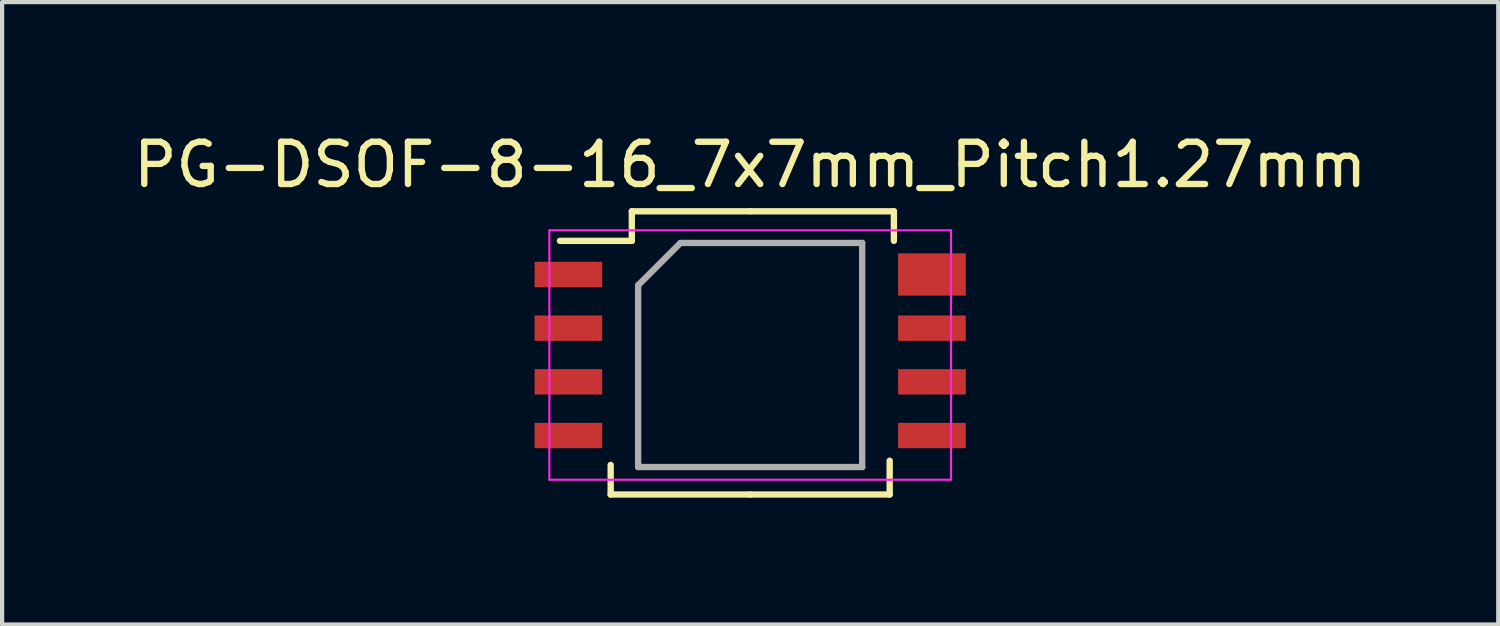
<source format=kicad_pcb>
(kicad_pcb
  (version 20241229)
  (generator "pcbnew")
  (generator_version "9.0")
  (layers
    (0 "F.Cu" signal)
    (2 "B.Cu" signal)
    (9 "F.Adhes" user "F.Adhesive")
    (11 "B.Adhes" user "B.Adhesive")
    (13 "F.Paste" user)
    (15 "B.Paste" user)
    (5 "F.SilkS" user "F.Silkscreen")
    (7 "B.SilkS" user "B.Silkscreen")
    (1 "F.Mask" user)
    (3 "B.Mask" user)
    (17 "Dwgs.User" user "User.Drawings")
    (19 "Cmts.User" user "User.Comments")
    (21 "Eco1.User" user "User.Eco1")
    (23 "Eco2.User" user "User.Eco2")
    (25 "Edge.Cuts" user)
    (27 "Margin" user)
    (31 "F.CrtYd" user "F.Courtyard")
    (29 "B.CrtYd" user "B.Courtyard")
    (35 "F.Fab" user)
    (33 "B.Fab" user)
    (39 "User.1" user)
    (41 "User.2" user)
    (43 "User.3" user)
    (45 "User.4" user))
  (footprint "PG-DSOF-8-16_7x7mm_Pitch1.27mm"
    (layer "F.Cu")
    (at 14.696 5.348)
    (property "Reference" "PG-DSOF-8-16_7x7mm_Pitch1.27mm" (at 0 -4.5 0) (layer "F.SilkS") (effects (font (size 1 1) (thickness 0.15))))
    (attr smd)
    (fp_line (start -3.3 3.3) (end -3.3 2.6) (stroke (width 0.15) (type solid)) (layer "F.SilkS"))
    (fp_line (start -2.8 -3.4) (end -2.8 -2.7) (stroke (width 0.15) (type solid)) (layer "F.SilkS"))
    (fp_line (start -2.8 -2.7) (end -4.5 -2.7) (stroke (width 0.15) (type solid)) (layer "F.SilkS"))
    (fp_line (start 0 -3.4) (end -2.8 -3.4) (stroke (width 0.15) (type solid)) (layer "F.SilkS"))
    (fp_line (start 0 -3.4) (end 3.4 -3.4) (stroke (width 0.15) (type solid)) (layer "F.SilkS"))
    (fp_line (start 0 3.3) (end -3.3 3.3) (stroke (width 0.15) (type solid)) (layer "F.SilkS"))
    (fp_line (start 0 3.3) (end 3.3 3.3) (stroke (width 0.15) (type solid)) (layer "F.SilkS"))
    (fp_line (start 3.3 3.3) (end 3.3 2.5) (stroke (width 0.15) (type solid)) (layer "F.SilkS"))
    (fp_line (start 3.4 -3.4) (end 3.4 -2.7) (stroke (width 0.15) (type solid)) (layer "F.SilkS"))
    (fp_line (start -4.75 -2.95) (end -4.75 2.95) (stroke (width 0.05) (type solid)) (layer "F.CrtYd"))
    (fp_line (start -4.75 -2.95) (end 4.75 -2.95) (stroke (width 0.05) (type solid)) (layer "F.CrtYd"))
    (fp_line (start -4.75 2.95) (end 4.75 2.95) (stroke (width 0.05) (type solid)) (layer "F.CrtYd"))
    (fp_line (start 4.75 -2.95) (end 4.75 2.95) (stroke (width 0.05) (type solid)) (layer "F.CrtYd"))
    (fp_line (start -2.65 -1.65) (end -1.65 -2.65) (stroke (width 0.15) (type solid)) (layer "F.Fab"))
    (fp_line (start -2.65 2.65) (end -2.65 -1.65) (stroke (width 0.15) (type solid)) (layer "F.Fab"))
    (fp_line (start -1.65 -2.65) (end 2.65 -2.65) (stroke (width 0.15) (type solid)) (layer "F.Fab"))
    (fp_line (start 2.65 -2.65) (end 2.65 2.65) (stroke (width 0.15) (type solid)) (layer "F.Fab"))
    (fp_line (start 2.65 2.65) (end -2.65 2.65) (stroke (width 0.15) (type solid)) (layer "F.Fab"))
    (pad "1" smd rect (at -4.3 -1.905) (size 1.6 0.6) (layers "F.Cu" "F.Mask" "F.Paste"))
    (pad "2" smd rect (at -4.3 -0.635) (size 1.6 0.6) (layers "F.Cu" "F.Mask" "F.Paste"))
    (pad "3" smd rect (at -4.3 0.635) (size 1.6 0.6) (layers "F.Cu" "F.Mask" "F.Paste"))
    (pad "4" smd rect (at -4.3 1.905) (size 1.6 0.6) (layers "F.Cu" "F.Mask" "F.Paste"))
    (pad "5" smd rect (at 4.3 1.905) (size 1.6 0.6) (layers "F.Cu" "F.Mask" "F.Paste"))
    (pad "6" smd rect (at 4.3 0.635) (size 1.6 0.6) (layers "F.Cu" "F.Mask" "F.Paste"))
    (pad "7" smd rect (at 4.3 -0.635) (size 1.6 0.6) (layers "F.Cu" "F.Mask" "F.Paste"))
    (pad "8" smd rect (at 4.3 -1.905) (size 1.6 1) (layers "F.Cu" "F.Mask" "F.Paste")))
  (gr_rect
    (start -3 -3)
    (end 32.393 11.723)
    (stroke (width 0.1) (type default))
    (fill no)
    (layer "Edge.Cuts")))
</source>
